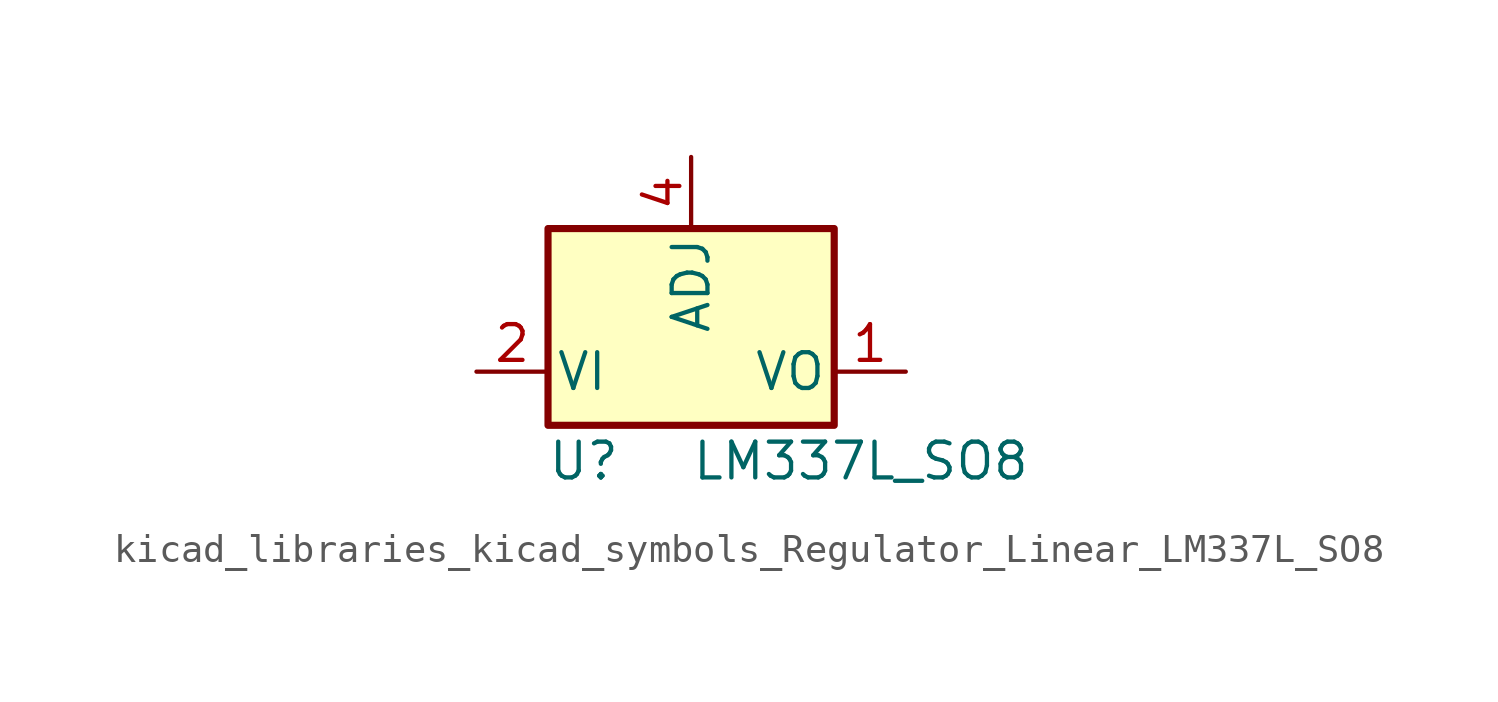
<source format=kicad_sym>
(kicad_symbol_lib
  (version 20220914)
  (generator kicad_symbol_editor)
  (symbol "kicad_libraries_kicad_symbols_Regulator_Linear_LM337L_SO8"
    (pin_names
      (offset 0.254))
    (property "Reference" "U"
      (at -3.81 -3.175 0)
      (effects (font (size 1.27 1.27))))
    (property "Value" "LM337L_SO8"
      (at 0 -3.175 0)
      (effects (font (size 1.27 1.27)) (justify left)))
    (symbol "kicad_libraries_kicad_symbols_Regulator_Linear_LM337L_SO8_0_1"
      (rectangle (start -5.08 5.08) (end 5.08 -1.905) (stroke (width 0.254) (type default)) (fill (type background))))
    (symbol "kicad_libraries_kicad_symbols_Regulator_Linear_LM337L_SO8_1_1"
      (pin power_out line (at 7.62 0 180) (length 2.54) (name "VO" (effects (font (size 1.27 1.27)))) (number "1" (effects (font (size 1.27 1.27)))))
      (pin power_in line (at -7.62 0 0) (length 2.54) (name "VI" (effects (font (size 1.27 1.27)))) (number "2" (effects (font (size 1.27 1.27)))))
      (pin passive line (at -7.62 0 0) (length 2.54) hide (name "VI" (effects (font (size 1.27 1.27)))) (number "3" (effects (font (size 1.27 1.27)))))
      (pin input line (at 0 7.62 270) (length 2.54) (name "ADJ" (effects (font (size 1.27 1.27)))) (number "4" (effects (font (size 1.27 1.27)))))
      (pin no_connect line (at -5.08 2.54 0) (length 2.54) hide (name "NC" (effects (font (size 1.27 1.27)))) (number "5" (effects (font (size 1.27 1.27)))))
      (pin passive line (at -7.62 0 0) (length 2.54) hide (name "VI" (effects (font (size 1.27 1.27)))) (number "6" (effects (font (size 1.27 1.27)))))
      (pin passive line (at -7.62 0 0) (length 2.54) hide (name "VI" (effects (font (size 1.27 1.27)))) (number "7" (effects (font (size 1.27 1.27)))))
      (pin no_connect line (at 5.08 2.54 180) (length 2.54) hide (name "NC" (effects (font (size 1.27 1.27)))) (number "8" (effects (font (size 1.27 1.27))))))))
</source>
